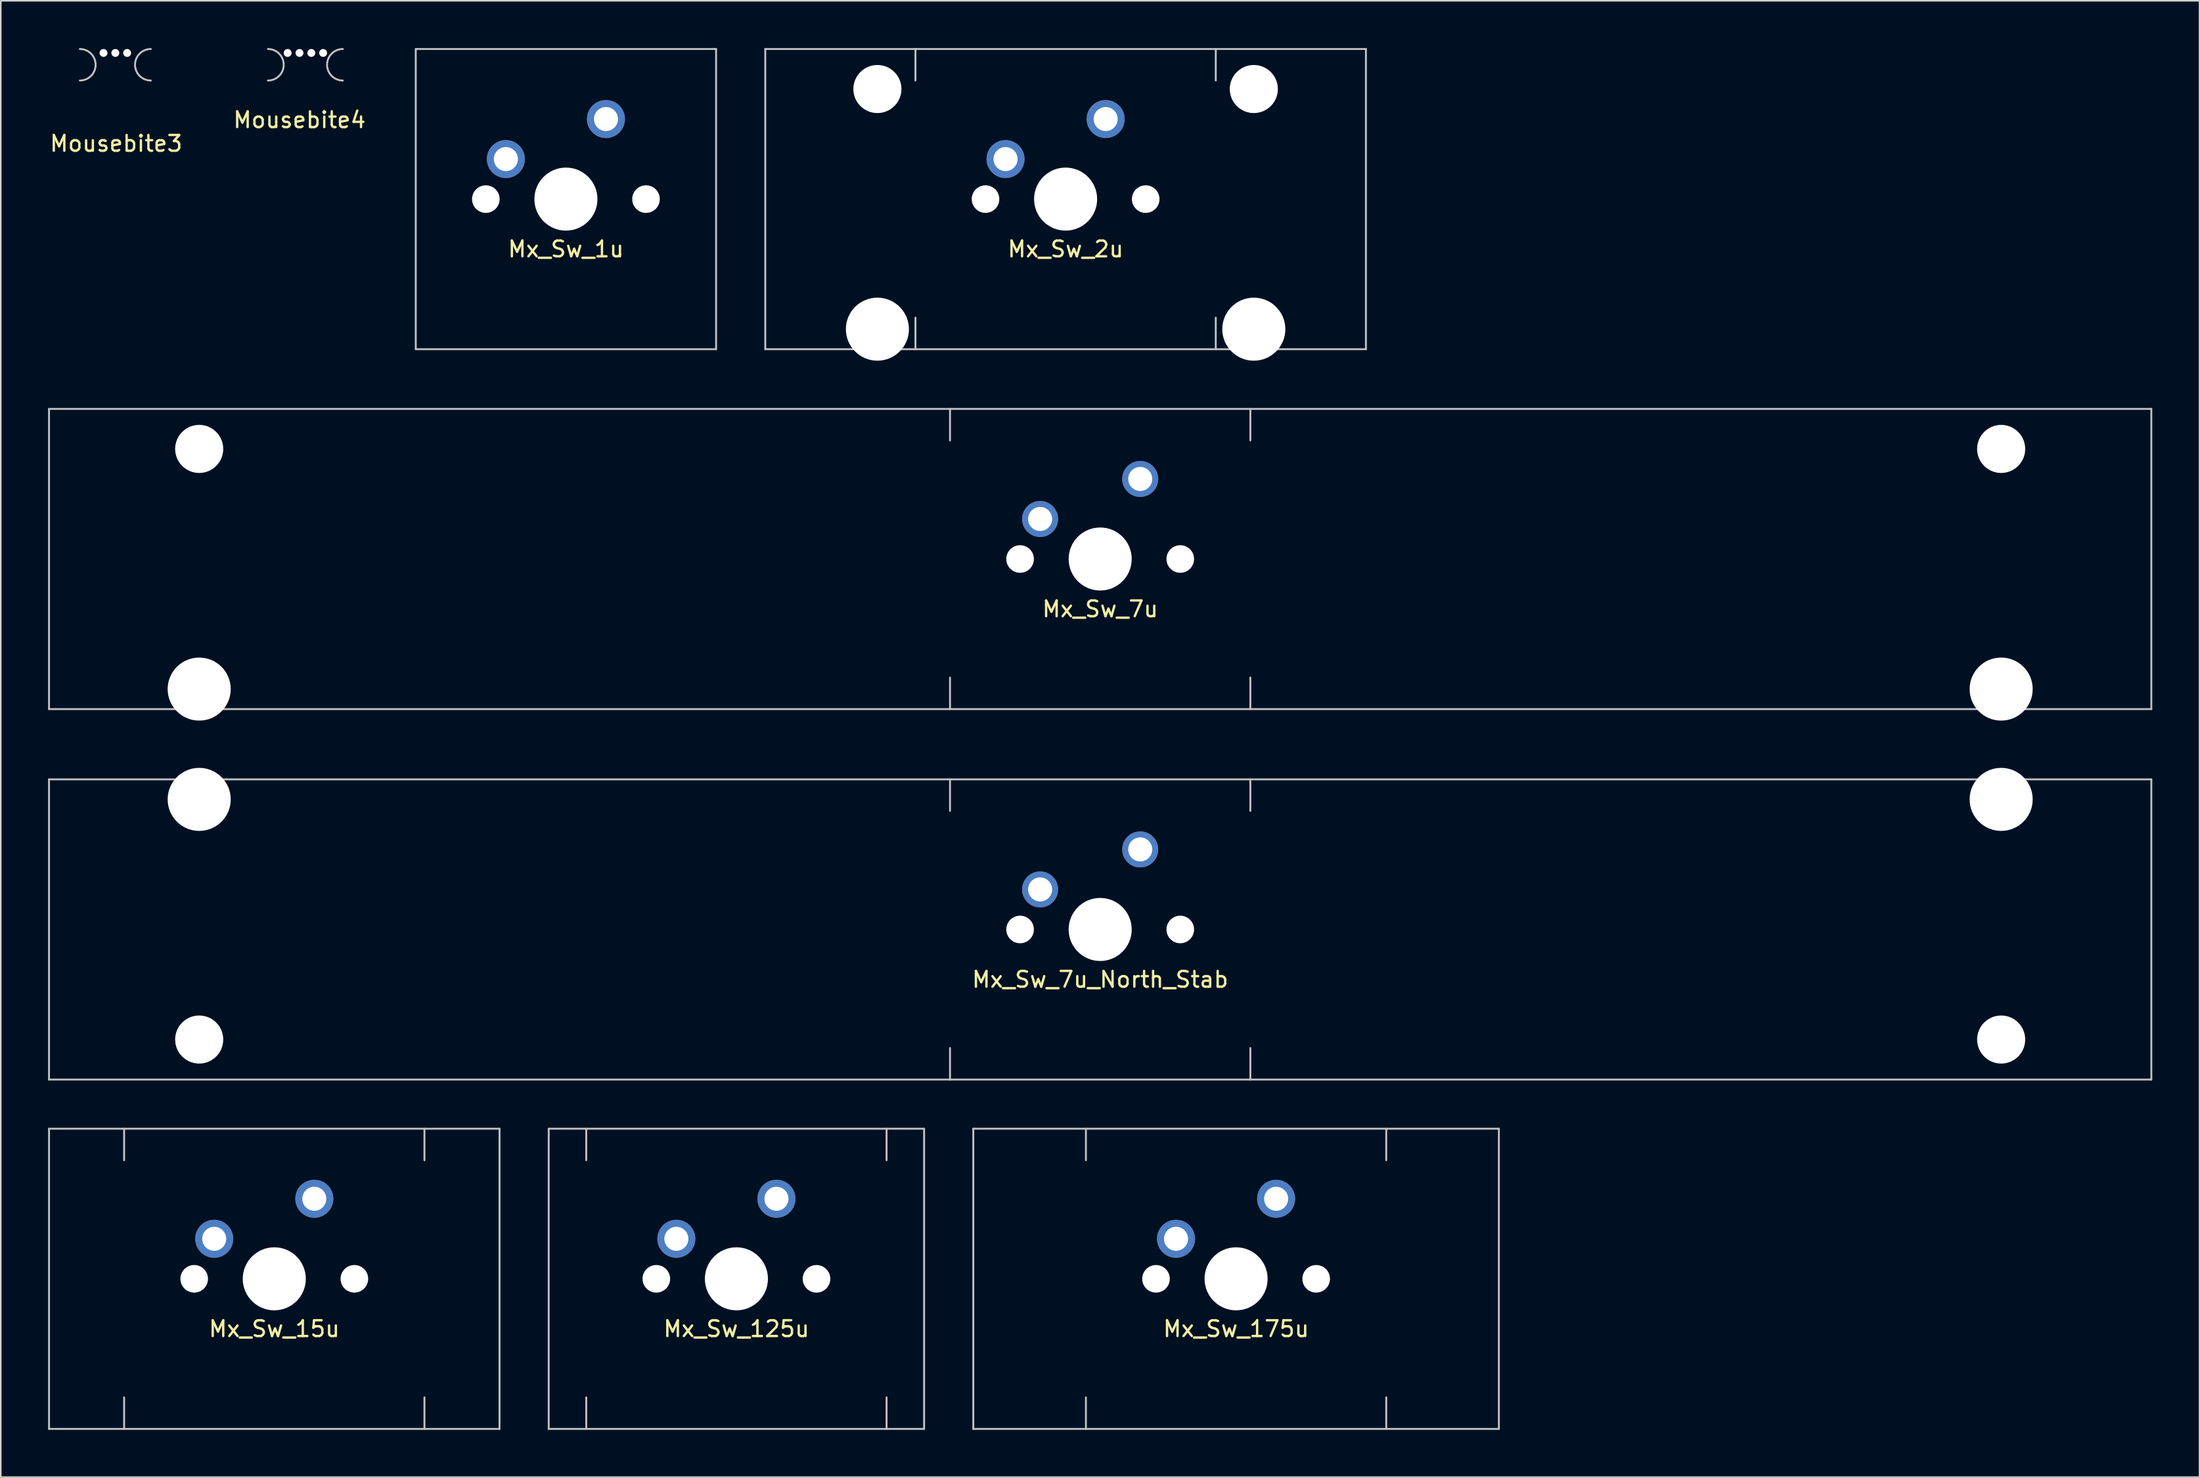
<source format=kicad_pcb>
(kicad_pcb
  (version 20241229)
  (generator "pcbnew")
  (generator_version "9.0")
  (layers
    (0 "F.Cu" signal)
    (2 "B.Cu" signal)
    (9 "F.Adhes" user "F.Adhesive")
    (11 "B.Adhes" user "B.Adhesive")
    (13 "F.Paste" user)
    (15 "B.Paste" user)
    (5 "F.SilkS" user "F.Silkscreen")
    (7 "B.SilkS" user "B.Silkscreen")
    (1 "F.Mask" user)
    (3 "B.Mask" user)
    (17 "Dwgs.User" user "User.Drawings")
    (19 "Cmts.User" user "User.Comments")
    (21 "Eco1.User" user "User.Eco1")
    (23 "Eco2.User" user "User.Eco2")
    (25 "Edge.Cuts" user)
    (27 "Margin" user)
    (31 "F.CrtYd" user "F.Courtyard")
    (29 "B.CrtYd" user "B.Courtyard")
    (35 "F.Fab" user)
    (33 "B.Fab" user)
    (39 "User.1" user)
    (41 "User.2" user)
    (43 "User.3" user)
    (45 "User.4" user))
  (footprint "Mx_Sw_15u"
    (layer "F.Cu")
    (at 14.348 78.105)
    (property "Reference" "Mx_Sw_15u" (at 0 3.175 0) (layer "F.SilkS") (effects (font (size 1 1) (thickness 0.15))))
    (attr through_hole)
    (fp_line (start -14.287 -9.525) (end -14.287 9.525) (stroke (width 0.12) (type solid)) (layer "Dwgs.User"))
    (fp_line (start -14.287 9.525) (end 14.287 9.525) (stroke (width 0.12) (type solid)) (layer "Dwgs.User"))
    (fp_line (start -9.525 -9.525) (end -9.525 -7.525) (stroke (width 0.12) (type solid)) (layer "Dwgs.User"))
    (fp_line (start -9.525 7.525) (end -9.525 9.525) (stroke (width 0.12) (type solid)) (layer "Dwgs.User"))
    (fp_line (start 9.525 -9.525) (end 9.525 -7.525) (stroke (width 0.12) (type solid)) (layer "Dwgs.User"))
    (fp_line (start 9.525 7.525) (end 9.525 9.525) (stroke (width 0.12) (type solid)) (layer "Dwgs.User"))
    (fp_line (start 14.287 -9.525) (end -14.287 -9.525) (stroke (width 0.12) (type solid)) (layer "Dwgs.User"))
    (fp_line (start 14.287 9.525) (end 14.287 -9.525) (stroke (width 0.12) (type solid)) (layer "Dwgs.User"))
    (pad "" np_thru_hole circle (at -5.08 0) (size 1.75 1.75) (drill 1.75) (layers "*.Cu" "*.Mask"))
    (pad "" np_thru_hole circle (at 0 0) (size 4 4) (drill 4) (layers "*.Cu" "*.Mask"))
    (pad "" np_thru_hole circle (at 5.08 0) (size 1.75 1.75) (drill 1.75) (layers "*.Cu" "*.Mask"))
    (pad "1" thru_hole circle (at -3.81 -2.54) (size 2.413 2.413) (drill 1.524) (layers "*.Cu" "B.Mask"))
    (pad "2" thru_hole circle (at 2.54 -5.08) (size 2.413 2.413) (drill 1.524) (layers "*.Cu" "B.Mask")))
  (footprint "Mx_Sw_2u"
    (layer "F.Cu")
    (at 64.542 9.585)
    (property "Reference" "Mx_Sw_2u" (at 0 3.175 0) (layer "F.SilkS") (effects (font (size 1 1) (thickness 0.15))))
    (attr through_hole)
    (fp_line (start -19.05 -9.525) (end -19.05 9.525) (stroke (width 0.12) (type solid)) (layer "Dwgs.User"))
    (fp_line (start -19.05 9.525) (end 19.05 9.525) (stroke (width 0.12) (type solid)) (layer "Dwgs.User"))
    (fp_line (start -9.525 -9.525) (end -9.525 -7.525) (stroke (width 0.12) (type solid)) (layer "Dwgs.User"))
    (fp_line (start -9.525 7.525) (end -9.525 9.525) (stroke (width 0.12) (type solid)) (layer "Dwgs.User"))
    (fp_line (start 9.525 -9.525) (end 9.525 -7.525) (stroke (width 0.12) (type solid)) (layer "Dwgs.User"))
    (fp_line (start 9.525 7.525) (end 9.525 9.525) (stroke (width 0.12) (type solid)) (layer "Dwgs.User"))
    (fp_line (start 19.05 -9.525) (end -19.05 -9.525) (stroke (width 0.12) (type solid)) (layer "Dwgs.User"))
    (fp_line (start 19.05 9.525) (end 19.05 -9.525) (stroke (width 0.12) (type solid)) (layer "Dwgs.User"))
    (pad "" np_thru_hole circle (at -11.938 -6.985) (size 3.05 3.05) (drill 3.05) (layers "*.Cu" "*.Mask"))
    (pad "" np_thru_hole circle (at -11.938 8.255) (size 4 4) (drill 4) (layers "*.Cu" "*.Mask"))
    (pad "" np_thru_hole circle (at -5.08 0) (size 1.75 1.75) (drill 1.75) (layers "*.Cu" "*.Mask"))
    (pad "" np_thru_hole circle (at 0 0) (size 4 4) (drill 4) (layers "*.Cu" "*.Mask"))
    (pad "" np_thru_hole circle (at 5.08 0) (size 1.75 1.75) (drill 1.75) (layers "*.Cu" "*.Mask"))
    (pad "" np_thru_hole circle (at 11.938 -6.985) (size 3.05 3.05) (drill 3.05) (layers "*.Cu" "*.Mask"))
    (pad "" np_thru_hole circle (at 11.938 8.255) (size 4 4) (drill 4) (layers "*.Cu" "*.Mask"))
    (pad "1" thru_hole circle (at -3.81 -2.54) (size 2.413 2.413) (drill 1.524) (layers "*.Cu" "B.Mask"))
    (pad "2" thru_hole circle (at 2.54 -5.08) (size 2.413 2.413) (drill 1.524) (layers "*.Cu" "B.Mask")))
  (footprint "Mx_Sw_7u_North_Stab"
    (layer "F.Cu")
    (at 66.735 55.935)
    (property "Reference" "Mx_Sw_7u_North_Stab" (at 0 3.175 0) (layer "F.SilkS") (effects (font (size 1 1) (thickness 0.15))))
    (attr through_hole)
    (fp_line (start -66.675 -9.525) (end -66.675 9.525) (stroke (width 0.12) (type solid)) (layer "Dwgs.User"))
    (fp_line (start -66.675 9.525) (end 66.675 9.525) (stroke (width 0.12) (type solid)) (layer "Dwgs.User"))
    (fp_line (start -9.525 -9.525) (end -9.525 -7.525) (stroke (width 0.12) (type solid)) (layer "Dwgs.User"))
    (fp_line (start -9.525 7.525) (end -9.525 9.525) (stroke (width 0.12) (type solid)) (layer "Dwgs.User"))
    (fp_line (start 9.525 -9.525) (end 9.525 -7.525) (stroke (width 0.12) (type solid)) (layer "Dwgs.User"))
    (fp_line (start 9.525 7.525) (end 9.525 9.525) (stroke (width 0.12) (type solid)) (layer "Dwgs.User"))
    (fp_line (start 66.675 -9.525) (end -66.675 -9.525) (stroke (width 0.12) (type solid)) (layer "Dwgs.User"))
    (fp_line (start 66.675 9.525) (end 66.675 -9.525) (stroke (width 0.12) (type solid)) (layer "Dwgs.User"))
    (pad "" np_thru_hole circle (at -57.15 -8.255) (size 4 4) (drill 4) (layers "*.Cu" "*.Mask"))
    (pad "" np_thru_hole circle (at -57.15 6.985) (size 3.05 3.05) (drill 3.05) (layers "*.Cu" "*.Mask"))
    (pad "" np_thru_hole circle (at -5.08 0) (size 1.75 1.75) (drill 1.75) (layers "*.Cu" "*.Mask"))
    (pad "" np_thru_hole circle (at 0 0) (size 4 4) (drill 4) (layers "*.Cu" "*.Mask"))
    (pad "" np_thru_hole circle (at 5.08 0) (size 1.75 1.75) (drill 1.75) (layers "*.Cu" "*.Mask"))
    (pad "" np_thru_hole circle (at 57.15 -8.255) (size 4 4) (drill 4) (layers "*.Cu" "*.Mask"))
    (pad "" np_thru_hole circle (at 57.15 6.985) (size 3.05 3.05) (drill 3.05) (layers "*.Cu" "*.Mask"))
    (pad "1" thru_hole circle (at -3.81 -2.54) (size 2.286 2.286) (drill 1.524) (layers "*.Cu" "B.Mask"))
    (pad "2" thru_hole circle (at 2.54 -5.08) (size 2.286 2.286) (drill 1.524) (layers "*.Cu" "B.Mask")))
  (footprint "Mousebite4"
    (layer "F.Cu")
    (at 15.946 0.31)
    (property "Reference" "Mousebite4" (at 0 4.25 0) (layer "F.SilkS") (effects (font (size 1 1) (thickness 0.15))))
    (attr through_hole)
    (fp_arc (start -2 -0.25) (mid -1 0.75) (end -2 1.75) (stroke (width 0.12) (type solid)) (layer "Dwgs.User"))
    (fp_arc (start 2.75 1.75) (mid 1.75 0.75) (end 2.75 -0.25) (stroke (width 0.12) (type solid)) (layer "Dwgs.User"))
    (pad "" np_thru_hole circle (at -0.75 0) (size 0.5 0.5) (drill 0.5) (layers "*.Cu" "*.Mask"))
    (pad "" np_thru_hole circle (at 0 0) (size 0.5 0.5) (drill 0.5) (layers "*.Cu" "*.Mask"))
    (pad "" np_thru_hole circle (at 0.75 0) (size 0.5 0.5) (drill 0.5) (layers "*.Cu" "*.Mask"))
    (pad "" np_thru_hole circle (at 1.5 0) (size 0.5 0.5) (drill 0.5) (layers "*.Cu" "*.Mask")))
  (footprint "Mx_Sw_125u"
    (layer "F.Cu")
    (at 43.661 78.105)
    (property "Reference" "Mx_Sw_125u" (at 0 3.175 0) (layer "F.SilkS") (effects (font (size 1 1) (thickness 0.15))))
    (attr through_hole)
    (fp_line (start -11.906 -9.525) (end -11.906 9.525) (stroke (width 0.12) (type solid)) (layer "Dwgs.User"))
    (fp_line (start -11.906 9.525) (end 11.906 9.525) (stroke (width 0.12) (type solid)) (layer "Dwgs.User"))
    (fp_line (start -9.525 -9.525) (end -9.525 -7.525) (stroke (width 0.12) (type solid)) (layer "Dwgs.User"))
    (fp_line (start -9.525 7.525) (end -9.525 9.525) (stroke (width 0.12) (type solid)) (layer "Dwgs.User"))
    (fp_line (start 9.525 -9.525) (end 9.525 -7.525) (stroke (width 0.12) (type solid)) (layer "Dwgs.User"))
    (fp_line (start 9.525 7.525) (end 9.525 9.525) (stroke (width 0.12) (type solid)) (layer "Dwgs.User"))
    (fp_line (start 11.906 -9.525) (end -11.906 -9.525) (stroke (width 0.12) (type solid)) (layer "Dwgs.User"))
    (fp_line (start 11.906 9.525) (end 11.906 -9.525) (stroke (width 0.12) (type solid)) (layer "Dwgs.User"))
    (pad "" np_thru_hole circle (at -5.08 0) (size 1.75 1.75) (drill 1.75) (layers "*.Cu" "*.Mask"))
    (pad "" np_thru_hole circle (at 0 0) (size 4 4) (drill 4) (layers "*.Cu" "*.Mask"))
    (pad "" np_thru_hole circle (at 5.08 0) (size 1.75 1.75) (drill 1.75) (layers "*.Cu" "*.Mask"))
    (pad "1" thru_hole circle (at -3.81 -2.54) (size 2.413 2.413) (drill 1.524) (layers "*.Cu" "B.Mask"))
    (pad "2" thru_hole circle (at 2.54 -5.08) (size 2.413 2.413) (drill 1.524) (layers "*.Cu" "B.Mask")))
  (footprint "Mx_Sw_175u"
    (layer "F.Cu")
    (at 75.356 78.105)
    (property "Reference" "Mx_Sw_175u" (at 0 3.175 0) (layer "F.SilkS") (effects (font (size 1 1) (thickness 0.15))))
    (attr through_hole)
    (fp_line (start -16.669 -9.525) (end -16.669 9.525) (stroke (width 0.12) (type solid)) (layer "Dwgs.User"))
    (fp_line (start -16.669 9.525) (end 16.669 9.525) (stroke (width 0.12) (type solid)) (layer "Dwgs.User"))
    (fp_line (start -9.525 -9.525) (end -9.525 -7.525) (stroke (width 0.12) (type solid)) (layer "Dwgs.User"))
    (fp_line (start -9.525 7.525) (end -9.525 9.525) (stroke (width 0.12) (type solid)) (layer "Dwgs.User"))
    (fp_line (start 9.525 -9.525) (end 9.525 -7.525) (stroke (width 0.12) (type solid)) (layer "Dwgs.User"))
    (fp_line (start 9.525 7.525) (end 9.525 9.525) (stroke (width 0.12) (type solid)) (layer "Dwgs.User"))
    (fp_line (start 16.669 -9.525) (end -16.669 -9.525) (stroke (width 0.12) (type solid)) (layer "Dwgs.User"))
    (fp_line (start 16.669 9.525) (end 16.669 -9.525) (stroke (width 0.12) (type solid)) (layer "Dwgs.User"))
    (pad "" np_thru_hole circle (at -5.08 0) (size 1.75 1.75) (drill 1.75) (layers "*.Cu" "*.Mask"))
    (pad "" np_thru_hole circle (at 0 0) (size 4 4) (drill 4) (layers "*.Cu" "*.Mask"))
    (pad "" np_thru_hole circle (at 5.08 0) (size 1.75 1.75) (drill 1.75) (layers "*.Cu" "*.Mask"))
    (pad "1" thru_hole circle (at -3.81 -2.54) (size 2.413 2.413) (drill 1.524) (layers "*.Cu" "B.Mask"))
    (pad "2" thru_hole circle (at 2.54 -5.08) (size 2.413 2.413) (drill 1.524) (layers "*.Cu" "B.Mask")))
  (footprint "Mousebite3"
    (layer "F.Cu")
    (at 4.265 0.31)
    (property "Reference" "Mousebite3" (at 0.051 5.75 0) (layer "F.SilkS") (effects (font (size 1 1) (thickness 0.15))))
    (attr through_hole)
    (fp_arc (start -2.25 -0.25) (mid -1.25 0.75) (end -2.25 1.75) (stroke (width 0.12) (type solid)) (layer "Dwgs.User"))
    (fp_arc (start 2.25 1.75) (mid 1.25 0.75) (end 2.25 -0.25) (stroke (width 0.12) (type solid)) (layer "Dwgs.User"))
    (pad "" np_thru_hole circle (at -0.75 0) (size 0.5 0.5) (drill 0.5) (layers "*.Cu" "*.Mask"))
    (pad "" np_thru_hole circle (at 0 0) (size 0.5 0.5) (drill 0.5) (layers "*.Cu" "*.Mask"))
    (pad "" np_thru_hole circle (at 0.75 0) (size 0.5 0.5) (drill 0.5) (layers "*.Cu" "*.Mask")))
  (footprint "Mx_Sw_1u"
    (layer "F.Cu")
    (at 32.847 9.585)
    (property "Reference" "Mx_Sw_1u" (at 0 3.175 0) (layer "F.SilkS") (effects (font (size 1 1) (thickness 0.15))))
    (attr through_hole)
    (fp_line (start -9.525 -9.525) (end -9.525 9.525) (stroke (width 0.12) (type solid)) (layer "Dwgs.User"))
    (fp_line (start -9.525 9.525) (end 9.525 9.525) (stroke (width 0.12) (type solid)) (layer "Dwgs.User"))
    (fp_line (start 9.525 -9.525) (end -9.525 -9.525) (stroke (width 0.12) (type solid)) (layer "Dwgs.User"))
    (fp_line (start 9.525 9.525) (end 9.525 -9.525) (stroke (width 0.12) (type solid)) (layer "Dwgs.User"))
    (pad "" np_thru_hole circle (at -5.08 0) (size 1.75 1.75) (drill 1.75) (layers "*.Cu" "*.Mask"))
    (pad "" np_thru_hole circle (at 0 0) (size 4 4) (drill 4) (layers "*.Cu" "*.Mask"))
    (pad "" np_thru_hole circle (at 5.08 0) (size 1.75 1.75) (drill 1.75) (layers "*.Cu" "*.Mask"))
    (pad "1" thru_hole circle (at -3.81 -2.54) (size 2.413 2.413) (drill 1.524) (layers "*.Cu" "B.Mask"))
    (pad "2" thru_hole circle (at 2.54 -5.08) (size 2.413 2.413) (drill 1.524) (layers "*.Cu" "B.Mask")))
  (footprint "Mx_Sw_7u"
    (layer "F.Cu")
    (at 66.735 32.425)
    (property "Reference" "Mx_Sw_7u" (at 0 3.175 0) (layer "F.SilkS") (effects (font (size 1 1) (thickness 0.15))))
    (attr through_hole)
    (fp_line (start -66.675 -9.525) (end -66.675 9.525) (stroke (width 0.12) (type solid)) (layer "Dwgs.User"))
    (fp_line (start -66.675 9.525) (end 66.675 9.525) (stroke (width 0.12) (type solid)) (layer "Dwgs.User"))
    (fp_line (start -9.525 -9.525) (end -9.525 -7.525) (stroke (width 0.12) (type solid)) (layer "Dwgs.User"))
    (fp_line (start -9.525 7.525) (end -9.525 9.525) (stroke (width 0.12) (type solid)) (layer "Dwgs.User"))
    (fp_line (start 9.525 -9.525) (end 9.525 -7.525) (stroke (width 0.12) (type solid)) (layer "Dwgs.User"))
    (fp_line (start 9.525 7.525) (end 9.525 9.525) (stroke (width 0.12) (type solid)) (layer "Dwgs.User"))
    (fp_line (start 66.675 -9.525) (end -66.675 -9.525) (stroke (width 0.12) (type solid)) (layer "Dwgs.User"))
    (fp_line (start 66.675 9.525) (end 66.675 -9.525) (stroke (width 0.12) (type solid)) (layer "Dwgs.User"))
    (pad "" np_thru_hole circle (at -57.15 -6.985) (size 3.05 3.05) (drill 3.05) (layers "*.Cu" "*.Mask"))
    (pad "" np_thru_hole circle (at -57.15 8.255) (size 4 4) (drill 4) (layers "*.Cu" "*.Mask"))
    (pad "" np_thru_hole circle (at -5.08 0) (size 1.75 1.75) (drill 1.75) (layers "*.Cu" "*.Mask"))
    (pad "" np_thru_hole circle (at 0 0) (size 4 4) (drill 4) (layers "*.Cu" "*.Mask"))
    (pad "" np_thru_hole circle (at 5.08 0) (size 1.75 1.75) (drill 1.75) (layers "*.Cu" "*.Mask"))
    (pad "" np_thru_hole circle (at 57.15 -6.985) (size 3.05 3.05) (drill 3.05) (layers "*.Cu" "*.Mask"))
    (pad "" np_thru_hole circle (at 57.15 8.255) (size 4 4) (drill 4) (layers "*.Cu" "*.Mask"))
    (pad "1" thru_hole circle (at -3.81 -2.54) (size 2.286 2.286) (drill 1.524) (layers "*.Cu" "B.Mask"))
    (pad "2" thru_hole circle (at 2.54 -5.08) (size 2.286 2.286) (drill 1.524) (layers "*.Cu" "B.Mask")))
  (gr_rect
    (start -3 -3)
    (end 136.47 90.69)
    (stroke (width 0.1) (type default))
    (fill no)
    (layer "Edge.Cuts")))
</source>
